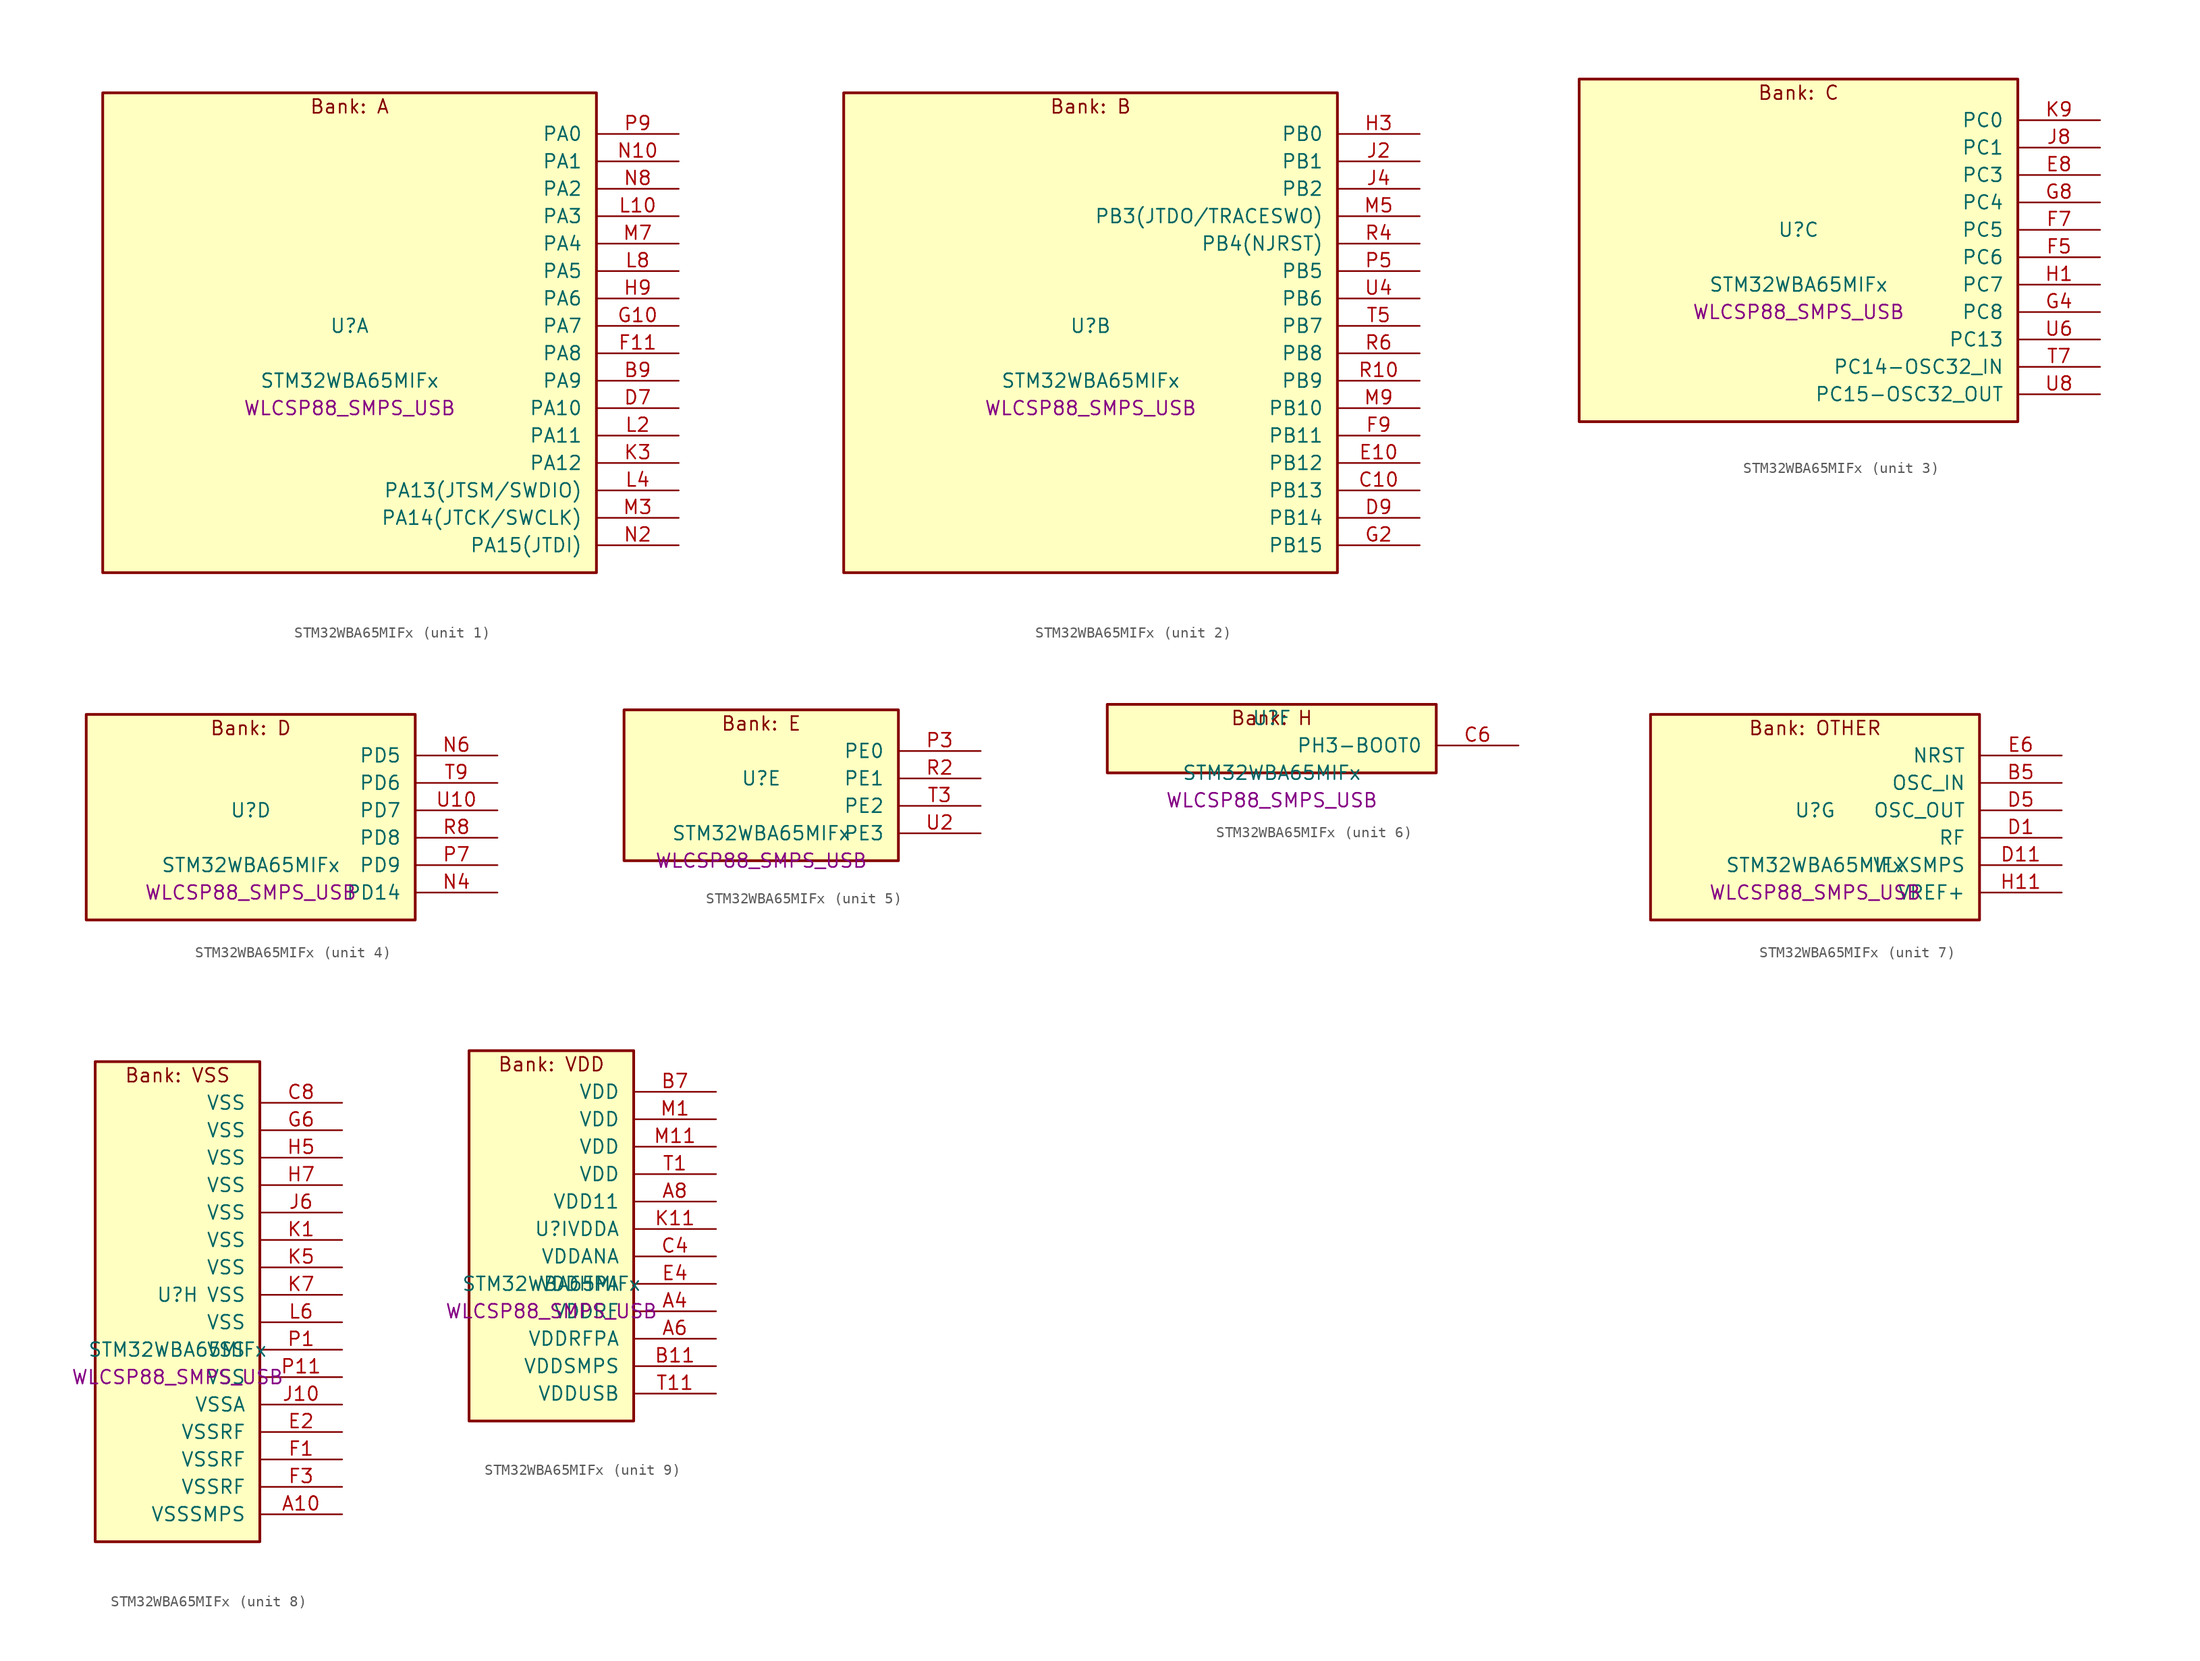
<source format=kicad_sym>
(kicad_symbol_lib
  (version 20241209)
  (generator "stm32_pkl_generator")
  (generator_version "1.0")
  (symbol "STM32WBA65MIFx"
    (pin_names
      (offset 1.27))
    (property "Reference" "U"
      (at 0 2.54 0))
    (property "Value" "STM32WBA65MIFx"
      (at 0 -2.54 0))
    (property "Footprint" "WLCSP88_SMPS_USB"
      (at 0 -5.08 0))
    (symbol "STM32WBA65MIFx_1_1"
      (rectangle (start -22.86 24.13) (end 22.86 -20.32) (stroke (width 0.254) (type solid)) (fill (type background)))
      (text "Bank: A" (at 0 22.86 0))
      (pin bidirectional line (at 30.48 20.32 180) (length 7.62) (name "PA0") (number "P9") (alternate "PA0/ADC4_IN9" bidirectional line) (alternate "PA0/COMP2_INP" bidirectional line) (alternate "PA0/LPTIM1_IN1" bidirectional line) (alternate "PA0/LPUART1_CTS" bidirectional line) (alternate "PA0/PWR_WKUP1" bidirectional line) (alternate "PA0/SPI3_SCK" bidirectional line) (alternate "PA0/TIM1_CH2N" bidirectional line) (alternate "PA0/TIM3_CH3" bidirectional line) (alternate "PA0/TIM3_ETR" bidirectional line) (alternate "PA0/TSC_G2_IO2" bidirectional line))
      (pin bidirectional line (at 30.48 17.78 180) (length 7.62) (name "PA1") (number "N10") (alternate "PA1/ADC4_IN8" bidirectional line) (alternate "PA1/COMP1_INM" bidirectional line) (alternate "PA1/LPTIM2_CH2" bidirectional line) (alternate "PA1/LPUART1_RX" bidirectional line) (alternate "PA1/PWR_WKUP3" bidirectional line) (alternate "PA1/SAI1_CK1" bidirectional line) (alternate "PA1/SPI1_RDY" bidirectional line) (alternate "PA1/SPI3_MISO" bidirectional line) (alternate "PA1/TIM17_CH1" bidirectional line) (alternate "PA1/TIM1_CH1N" bidirectional line) (alternate "PA1/TIM3_CH2" bidirectional line) (alternate "PA1/TSC_G2_IO1" bidirectional line) (alternate "PA1/USART1_CK" bidirectional line))
      (pin bidirectional line (at 30.48 15.24 180) (length 7.62) (name "PA2") (number "N8") (alternate "PA2/ADC4_IN7" bidirectional line) (alternate "PA2/COMP1_INP" bidirectional line) (alternate "PA2/LPUART1_TX" bidirectional line) (alternate "PA2/PWR_WKUP4" bidirectional line) (alternate "PA2/RCC_LSCO" bidirectional line) (alternate "PA2/SAI1_D1" bidirectional line) (alternate "PA2/TIM16_CH1" bidirectional line) (alternate "PA2/TIM1_BKIN" bidirectional line) (alternate "PA2/TIM3_CH1" bidirectional line) (alternate "PA2/TSC_G4_IO4" bidirectional line) (alternate "PA2/USART1_DE" bidirectional line) (alternate "PA2/USART1_RTS" bidirectional line))
      (pin bidirectional line (at 30.48 12.7 180) (length 7.62) (name "PA3") (number "L10") (alternate "PA3/ADC4_IN6" bidirectional line) (alternate "PA3/PWR_WKUP5" bidirectional line) (alternate "PA3/TIM16_CH1N" bidirectional line) (alternate "PA3/TSC_G4_IO2" bidirectional line) (alternate "PA3/USART1_DE" bidirectional line) (alternate "PA3/USART1_RTS" bidirectional line))
      (pin bidirectional line (at 30.48 10.16 180) (length 7.62) (name "PA4") (number "M7") (alternate "PA4/ADC4_IN5" bidirectional line) (alternate "PA4/AUDIOCLK" bidirectional line) (alternate "PA4/PWR_WKUP2" bidirectional line) (alternate "PA4/TAMP_IN6" bidirectional line) (alternate "PA4/TAMP_OUT3" bidirectional line) (alternate "PA4/TIM16_CH1" bidirectional line) (alternate "PA4/TSC_G4_IO1" bidirectional line) (alternate "PA4/USART1_CTS" bidirectional line))
      (pin bidirectional line (at 30.48 7.62 180) (length 7.62) (name "PA5") (number "L8") (alternate "PA5/ADC4_IN4" bidirectional line) (alternate "PA5/AUDIOCLK" bidirectional line) (alternate "PA5/LPTIM2_ETR" bidirectional line) (alternate "PA5/PWR_CSLEEP" bidirectional line) (alternate "PA5/PWR_WKUP6" bidirectional line) (alternate "PA5/SAI1_D2" bidirectional line) (alternate "PA5/SPI3_NSS" bidirectional line) (alternate "PA5/TIM2_CH1" bidirectional line) (alternate "PA5/TIM2_ETR" bidirectional line) (alternate "PA5/TSC_G1_IO4" bidirectional line) (alternate "PA5/USART1_CK" bidirectional line) (alternate "PA5/USART3_RX" bidirectional line))
      (pin bidirectional line (at 30.48 5.08 180) (length 7.62) (name "PA6") (number "H9") (alternate "PA6/ADC4_IN3" bidirectional line) (alternate "PA6/I2C3_SCL" bidirectional line) (alternate "PA6/PWR_CSTOP" bidirectional line) (alternate "PA6/PWR_WKUP7" bidirectional line) (alternate "PA6/SAI1_CK2" bidirectional line) (alternate "PA6/SAI1_MCLK_A" bidirectional line) (alternate "PA6/SPI3_RDY" bidirectional line) (alternate "PA6/TIM2_CH4" bidirectional line) (alternate "PA6/TSC_G1_IO3" bidirectional line) (alternate "PA6/USART1_DE" bidirectional line) (alternate "PA6/USART1_RTS" bidirectional line) (alternate "PA6/USART3_CTS" bidirectional line))
      (pin bidirectional line (at 30.48 2.54 180) (length 7.62) (name "PA7") (number "G10") (alternate "PA7/ADC4_IN2" bidirectional line) (alternate "PA7/COMP1_OUT" bidirectional line) (alternate "PA7/I2C3_SDA" bidirectional line) (alternate "PA7/PWR_WKUP8" bidirectional line) (alternate "PA7/SAI1_SCK_A" bidirectional line) (alternate "PA7/SPI3_SCK" bidirectional line) (alternate "PA7/TAMP_IN1" bidirectional line) (alternate "PA7/TAMP_OUT2" bidirectional line) (alternate "PA7/TIM2_CH3" bidirectional line) (alternate "PA7/TSC_G1_IO2" bidirectional line) (alternate "PA7/USART1_CTS" bidirectional line) (alternate "PA7/USART3_TX" bidirectional line))
      (pin bidirectional line (at 30.48 0 180) (length 7.62) (name "PA8") (number "F11") (alternate "PA8/ADC4_IN1" bidirectional line) (alternate "PA8/LPTIM1_CH2" bidirectional line) (alternate "PA8/RCC_MCO" bidirectional line) (alternate "PA8/SAI1_FS_A" bidirectional line) (alternate "PA8/SPI3_RDY" bidirectional line) (alternate "PA8/TIM2_CH2" bidirectional line) (alternate "PA8/TSC_G1_IO1" bidirectional line) (alternate "PA8/USART1_RX" bidirectional line) (alternate "PA8/USB_OTG_HS_SOF" bidirectional line))
      (pin bidirectional line (at 30.48 -2.54 180) (length 7.62) (name "PA9") (number "B9") (alternate "PA9/LPUART1_DE" bidirectional line) (alternate "PA9/LPUART1_RTS" bidirectional line) (alternate "PA9/SAI1_CK1" bidirectional line) (alternate "PA9/SPI2_MISO" bidirectional line) (alternate "PA9/SPI2_SCK" bidirectional line) (alternate "PA9/TIM3_CH2" bidirectional line))
      (pin bidirectional line (at 30.48 -5.08 180) (length 7.62) (name "PA10") (number "D7") (alternate "PA10/LPUART1_RX" bidirectional line) (alternate "PA10/SAI1_D1" bidirectional line) (alternate "PA10/SPI2_NSS" bidirectional line) (alternate "PA10/TIM3_CH1" bidirectional line))
      (pin bidirectional line (at 30.48 -7.62 180) (length 7.62) (name "PA11") (number "L2") (alternate "PA11/LPTIM2_CH1" bidirectional line) (alternate "PA11/RF_ANTSW1" bidirectional line) (alternate "PA11/TIM1_CH1" bidirectional line) (alternate "PA11/USART2_RX" bidirectional line))
      (pin bidirectional line (at 30.48 -10.16 180) (length 7.62) (name "PA12") (number "K3") (alternate "PA12/COMP2_OUT" bidirectional line) (alternate "PA12/PTA_STATUS" bidirectional line) (alternate "PA12/PWR_WKUP6" bidirectional line) (alternate "PA12/RF_ANTSW0" bidirectional line) (alternate "PA12/SPI1_NSS" bidirectional line) (alternate "PA12/TIM1_CH2" bidirectional line) (alternate "PA12/TSC_G3_IO4" bidirectional line) (alternate "PA12/USART2_TX" bidirectional line))
      (pin bidirectional line (at 30.48 -12.7 180) (length 7.62) (name "PA13(JTSM/SWDIO)") (number "L4") (alternate "PA13(JTSM/SWDIO)/DEBUG_JTMS-SWDIO" bidirectional line) (alternate "PA13(JTSM/SWDIO)/IR_OUT" bidirectional line) (alternate "PA13(JTSM/SWDIO)/PTA_PRIORITY" bidirectional line))
      (pin bidirectional line (at 30.48 -15.24 180) (length 7.62) (name "PA14(JTCK/SWCLK)") (number "M3") (alternate "PA14(JTCK/SWCLK)/COMP2_OUT" bidirectional line) (alternate "PA14(JTCK/SWCLK)/DEBUG_JTCK-SWCLK" bidirectional line) (alternate "PA14(JTCK/SWCLK)/I2C4_SMBA" bidirectional line) (alternate "PA14(JTCK/SWCLK)/PTA_STATUS" bidirectional line) (alternate "PA14(JTCK/SWCLK)/TAMP_IN3" bidirectional line) (alternate "PA14(JTCK/SWCLK)/TAMP_OUT6" bidirectional line) (alternate "PA14(JTCK/SWCLK)/USART2_TX" bidirectional line) (alternate "PA14(JTCK/SWCLK)/USB_OTG_HS_SOF" bidirectional line))
      (pin bidirectional line (at 30.48 -17.78 180) (length 7.62) (name "PA15(JTDI)") (number "N2") (alternate "PA15(JTDI)/ADC4_EXTI15" bidirectional line) (alternate "PA15(JTDI)/DEBUG_JTDI" bidirectional line) (alternate "PA15(JTDI)/I2C1_SCL" bidirectional line) (alternate "PA15(JTDI)/LPTIM1_CH2" bidirectional line) (alternate "PA15(JTDI)/PTA_STATUS" bidirectional line) (alternate "PA15(JTDI)/SPI1_MOSI" bidirectional line) (alternate "PA15(JTDI)/TIM17_BKIN" bidirectional line) (alternate "PA15(JTDI)/TIM1_ETR" bidirectional line) (alternate "PA15(JTDI)/TSC_G3_IO3" bidirectional line) (alternate "PA15(JTDI)/USART2_DE" bidirectional line) (alternate "PA15(JTDI)/USART2_RTS" bidirectional line) (alternate "PA15(JTDI)/USART3_DE" bidirectional line) (alternate "PA15(JTDI)/USART3_RTS" bidirectional line)))
    (symbol "STM32WBA65MIFx_2_1"
      (rectangle (start -22.86 24.13) (end 22.86 -20.32) (stroke (width 0.254) (type solid)) (fill (type background)))
      (text "Bank: B" (at 0 22.86 0))
      (pin bidirectional line (at 30.48 20.32 180) (length 7.62) (name "PB0") (number "H3") (alternate "PB0/LPTIM2_IN2" bidirectional line) (alternate "PB0/SPI2_MOSI" bidirectional line) (alternate "PB0/TIM1_CH3N" bidirectional line) (alternate "PB0/USART2_TX" bidirectional line) (alternate "PB0/USART3_CK" bidirectional line))
      (pin bidirectional line (at 30.48 17.78 180) (length 7.62) (name "PB1") (number "J2") (alternate "PB1/I2C1_SDA" bidirectional line) (alternate "PB1/I2C3_SDA" bidirectional line) (alternate "PB1/PWR_WKUP4" bidirectional line) (alternate "PB1/TIM1_CH2N" bidirectional line) (alternate "PB1/USART2_DE" bidirectional line) (alternate "PB1/USART2_RTS" bidirectional line) (alternate "PB1/USART3_DE" bidirectional line) (alternate "PB1/USART3_RTS" bidirectional line))
      (pin bidirectional line (at 30.48 15.24 180) (length 7.62) (name "PB2") (number "J4") (alternate "PB2/I2C1_SCL" bidirectional line) (alternate "PB2/I2C3_SCL" bidirectional line) (alternate "PB2/PWR_WKUP1" bidirectional line) (alternate "PB2/RF_ANTSW2" bidirectional line) (alternate "PB2/RTC_OUT2" bidirectional line) (alternate "PB2/TIM1_CH1N" bidirectional line) (alternate "PB2/USART2_CTS" bidirectional line))
      (pin bidirectional line (at 30.48 12.7 180) (length 7.62) (name "PB3(JTDO/TRACESWO)") (number "M5") (alternate "PB3(JTDO/TRACESWO)/DEBUG_JTDO-SWO" bidirectional line) (alternate "PB3(JTDO/TRACESWO)/I2C1_SDA" bidirectional line) (alternate "PB3(JTDO/TRACESWO)/LPTIM1_IN2" bidirectional line) (alternate "PB3(JTDO/TRACESWO)/PTA_ACTIVE" bidirectional line) (alternate "PB3(JTDO/TRACESWO)/SPI1_MISO" bidirectional line) (alternate "PB3(JTDO/TRACESWO)/TIM17_CH1N" bidirectional line) (alternate "PB3(JTDO/TRACESWO)/TIM1_CH4" bidirectional line) (alternate "PB3(JTDO/TRACESWO)/TSC_G3_IO2" bidirectional line) (alternate "PB3(JTDO/TRACESWO)/USART2_CK" bidirectional line))
      (pin bidirectional line (at 30.48 10.16 180) (length 7.62) (name "PB4(NJRST)") (number "R4") (alternate "PB4(NJRST)/DEBUG_NJTRST" bidirectional line) (alternate "PB4(NJRST)/LPTIM2_IN2" bidirectional line) (alternate "PB4(NJRST)/PTA_ACTIVE" bidirectional line) (alternate "PB4(NJRST)/PTA_PRIORITY" bidirectional line) (alternate "PB4(NJRST)/SAI1_MCLK_B" bidirectional line) (alternate "PB4(NJRST)/SPI1_SCK" bidirectional line) (alternate "PB4(NJRST)/TIM17_CH1" bidirectional line) (alternate "PB4(NJRST)/TIM1_CH3" bidirectional line) (alternate "PB4(NJRST)/TSC_G3_IO1" bidirectional line) (alternate "PB4(NJRST)/USART2_RX" bidirectional line))
      (pin bidirectional line (at 30.48 7.62 180) (length 7.62) (name "PB5") (number "P5") (alternate "PB5/LPUART1_TX" bidirectional line) (alternate "PB5/SAI1_D2" bidirectional line) (alternate "PB5/SAI1_FS_B" bidirectional line) (alternate "PB5/TIM3_CH1" bidirectional line) (alternate "PB5/TSC_G5_IO4" bidirectional line))
      (pin bidirectional line (at 30.48 5.08 180) (length 7.62) (name "PB6") (number "U4") (alternate "PB6/PWR_WKUP3" bidirectional line) (alternate "PB6/SAI1_SCK_B" bidirectional line) (alternate "PB6/TIM2_CH1" bidirectional line) (alternate "PB6/TIM2_ETR" bidirectional line) (alternate "PB6/TIM4_CH1" bidirectional line) (alternate "PB6/TSC_G5_IO3" bidirectional line))
      (pin bidirectional line (at 30.48 2.54 180) (length 7.62) (name "PB7") (number "T5") (alternate "PB7/PWR_WKUP5" bidirectional line) (alternate "PB7/SAI1_SD_B" bidirectional line) (alternate "PB7/TAMP_IN5" bidirectional line) (alternate "PB7/TAMP_OUT4" bidirectional line) (alternate "PB7/TIM1_CH4N" bidirectional line) (alternate "PB7/TIM4_CH2" bidirectional line) (alternate "PB7/TSC_G5_IO2" bidirectional line))
      (pin bidirectional line (at 30.48 0 180) (length 7.62) (name "PB8") (number "R6") (alternate "PB8/COMP1_OUT" bidirectional line) (alternate "PB8/LPTIM1_ETR" bidirectional line) (alternate "PB8/PWR_PVD_IN" bidirectional line) (alternate "PB8/SPI3_MOSI" bidirectional line) (alternate "PB8/TIM16_CH1N" bidirectional line) (alternate "PB8/TIM1_CH1" bidirectional line) (alternate "PB8/TIM3_ETR" bidirectional line) (alternate "PB8/TIM4_CH3" bidirectional line) (alternate "PB8/TSC_G2_IO4" bidirectional line) (alternate "PB8/USART2_RX" bidirectional line))
      (pin bidirectional line (at 30.48 -2.54 180) (length 7.62) (name "PB9") (number "R10") (alternate "PB9/ADC4_IN10" bidirectional line) (alternate "PB9/COMP2_INM" bidirectional line) (alternate "PB9/IR_OUT" bidirectional line) (alternate "PB9/LPTIM2_IN1" bidirectional line) (alternate "PB9/LPUART1_DE" bidirectional line) (alternate "PB9/LPUART1_RTS" bidirectional line) (alternate "PB9/PWR_WKUP8" bidirectional line) (alternate "PB9/SPI2_NSS" bidirectional line) (alternate "PB9/SPI3_MISO" bidirectional line) (alternate "PB9/TIM16_CH1" bidirectional line) (alternate "PB9/TIM1_CH3N" bidirectional line) (alternate "PB9/TIM3_CH4" bidirectional line) (alternate "PB9/TIM4_CH4" bidirectional line) (alternate "PB9/TSC_G2_IO3" bidirectional line))
      (pin bidirectional line (at 30.48 -5.08 180) (length 7.62) (name "PB10") (number "M9") (alternate "PB10/I2C2_SCL" bidirectional line) (alternate "PB10/I2C4_SCL" bidirectional line) (alternate "PB10/SPI2_SCK" bidirectional line) (alternate "PB10/TIM16_BKIN" bidirectional line) (alternate "PB10/TSC_G4_IO3" bidirectional line) (alternate "PB10/USART1_CK" bidirectional line) (alternate "PB10/USART3_TX" bidirectional line))
      (pin bidirectional line (at 30.48 -7.62 180) (length 7.62) (name "PB11") (number "F9") (alternate "PB11/I2C2_SDA" bidirectional line) (alternate "PB11/I2C4_SDA" bidirectional line) (alternate "PB11/LPTIM1_CH1" bidirectional line) (alternate "PB11/LPTIM1_ETR" bidirectional line) (alternate "PB11/LPUART1_TX" bidirectional line) (alternate "PB11/SPI2_RDY" bidirectional line) (alternate "PB11/USART3_RX" bidirectional line))
      (pin bidirectional line (at 30.48 -10.16 180) (length 7.62) (name "PB12") (number "E10") (alternate "PB12/I2C2_SMBA" bidirectional line) (alternate "PB12/SAI1_SD_A" bidirectional line) (alternate "PB12/SPI1_RDY" bidirectional line) (alternate "PB12/SPI2_NSS" bidirectional line) (alternate "PB12/TIM2_CH1" bidirectional line) (alternate "PB12/TIM2_ETR" bidirectional line) (alternate "PB12/TIM3_ETR" bidirectional line) (alternate "PB12/TSC_SYNC" bidirectional line) (alternate "PB12/USART1_TX" bidirectional line) (alternate "PB12/USART3_CK" bidirectional line))
      (pin bidirectional line (at 30.48 -12.7 180) (length 7.62) (name "PB13") (number "C10") (alternate "PB13/I2C2_SCL" bidirectional line) (alternate "PB13/SPI2_SCK" bidirectional line) (alternate "PB13/TIM3_CH4" bidirectional line) (alternate "PB13/TSC_G6_IO2" bidirectional line) (alternate "PB13/USART3_CTS" bidirectional line))
      (pin bidirectional line (at 30.48 -15.24 180) (length 7.62) (name "PB14") (number "D9") (alternate "PB14/I2C2_SDA" bidirectional line) (alternate "PB14/PWR_WKUP7" bidirectional line) (alternate "PB14/RTC_REFIN" bidirectional line) (alternate "PB14/SAI1_SD_A" bidirectional line) (alternate "PB14/SPI2_MISO" bidirectional line) (alternate "PB14/TIM3_CH3" bidirectional line) (alternate "PB14/TSC_G6_IO1" bidirectional line) (alternate "PB14/USART1_TX" bidirectional line) (alternate "PB14/USART3_DE" bidirectional line) (alternate "PB14/USART3_RTS" bidirectional line))
      (pin bidirectional line (at 30.48 -17.78 180) (length 7.62) (name "PB15") (number "G2") (alternate "PB15/ADC4_EXTI15" bidirectional line) (alternate "PB15/I2C1_SMBA" bidirectional line) (alternate "PB15/I2C3_SMBA" bidirectional line) (alternate "PB15/LPUART1_CTS" bidirectional line) (alternate "PB15/PTA_GRANT" bidirectional line) (alternate "PB15/RF_EXTPABYP" bidirectional line) (alternate "PB15/TIM16_BKIN" bidirectional line) (alternate "PB15/TIM1_BKIN2" bidirectional line) (alternate "PB15/USART2_CTS" bidirectional line)))
    (symbol "STM32WBA65MIFx_3_1"
      (rectangle (start -20.32 16.51) (end 20.32 -15.24) (stroke (width 0.254) (type solid)) (fill (type background)))
      (text "Bank: C" (at 0 15.24 0))
      (pin bidirectional line (at 27.94 12.7 180) (length 7.62) (name "PC0") (number "K9") (alternate "PC0/I2C3_SCL" bidirectional line) (alternate "PC0/LPTIM1_IN1" bidirectional line) (alternate "PC0/LPTIM2_IN1" bidirectional line) (alternate "PC0/LPUART1_RX" bidirectional line) (alternate "PC0/SPI2_RDY" bidirectional line))
      (pin bidirectional line (at 27.94 10.16 180) (length 7.62) (name "PC1") (number "J8") (alternate "PC1/I2C3_SDA" bidirectional line) (alternate "PC1/LPTIM1_CH1" bidirectional line) (alternate "PC1/LPUART1_TX" bidirectional line) (alternate "PC1/SAI1_SD_A" bidirectional line) (alternate "PC1/SPI2_MOSI" bidirectional line))
      (pin bidirectional line (at 27.94 7.62 180) (length 7.62) (name "PC3") (number "E8") (alternate "PC3/LPTIM1_ETR" bidirectional line) (alternate "PC3/LPTIM2_ETR" bidirectional line) (alternate "PC3/SAI1_D1" bidirectional line) (alternate "PC3/SAI1_SD_A" bidirectional line) (alternate "PC3/SPI2_MOSI" bidirectional line) (alternate "PC3/SPI3_MOSI" bidirectional line) (alternate "PC3/TIM3_CH1" bidirectional line))
      (pin bidirectional line (at 27.94 5.08 180) (length 7.62) (name "PC4") (number "G8") (alternate "PC4/LPTIM2_CH2" bidirectional line) (alternate "PC4/SAI1_D2" bidirectional line) (alternate "PC4/SAI1_FS_A" bidirectional line) (alternate "PC4/SPI3_MISO" bidirectional line) (alternate "PC4/TIM3_CH2" bidirectional line) (alternate "PC4/USART3_TX" bidirectional line))
      (pin bidirectional line (at 27.94 2.54 180) (length 7.62) (name "PC5") (number "F7") (alternate "PC5/SAI1_D3" bidirectional line) (alternate "PC5/SAI1_SD_B" bidirectional line) (alternate "PC5/TIM1_CH4N" bidirectional line) (alternate "PC5/USART3_RX" bidirectional line))
      (pin bidirectional line (at 27.94 0 180) (length 7.62) (name "PC6") (number "F5") (alternate "PC6/PWR_CSLEEP" bidirectional line) (alternate "PC6/TIM3_CH1" bidirectional line))
      (pin bidirectional line (at 27.94 -2.54 180) (length 7.62) (name "PC7") (number "H1") (alternate "PC7/LPTIM2_CH2" bidirectional line) (alternate "PC7/PWR_CSTOP" bidirectional line) (alternate "PC7/TIM3_CH2" bidirectional line) (alternate "PC7/USART2_DE" bidirectional line) (alternate "PC7/USART2_RTS" bidirectional line))
      (pin bidirectional line (at 27.94 -5.08 180) (length 7.62) (name "PC8") (number "G4") (alternate "PC8/TIM3_CH3" bidirectional line) (alternate "PC8/USART2_RX" bidirectional line))
      (pin bidirectional line (at 27.94 -7.62 180) (length 7.62) (name "PC13") (number "U6") (alternate "PC13/PWR_WKUP2" bidirectional line) (alternate "PC13/RTC_OUT1" bidirectional line) (alternate "PC13/RTC_TS" bidirectional line) (alternate "PC13/TAMP_IN4" bidirectional line) (alternate "PC13/TAMP_OUT5" bidirectional line) (alternate "PC13/TIM1_BKIN2" bidirectional line) (alternate "PC13/TSC_G5_IO1" bidirectional line))
      (pin bidirectional line (at 27.94 -10.16 180) (length 7.62) (name "PC14-OSC32_IN") (number "T7") (alternate "PC14-OSC32_IN/RCC_OSC32_IN" bidirectional line))
      (pin bidirectional line (at 27.94 -12.7 180) (length 7.62) (name "PC15-OSC32_OUT") (number "U8") (alternate "PC15-OSC32_OUT/ADC4_EXTI15" bidirectional line) (alternate "PC15-OSC32_OUT/RCC_OSC32_OUT" bidirectional line)))
    (symbol "STM32WBA65MIFx_4_1"
      (rectangle (start -15.24 11.43) (end 15.24 -7.62) (stroke (width 0.254) (type solid)) (fill (type background)))
      (text "Bank: D" (at 0 10.16 0))
      (pin bidirectional line (at 22.86 7.62 180) (length 7.62) (name "PD5") (number "N6") (alternate "PD5/SAI1_D1" bidirectional line) (alternate "PD5/SAI1_SD_A" bidirectional line) (alternate "PD5/SPI3_MOSI" bidirectional line) (alternate "PD5/USART2_RX" bidirectional line))
      (pin bidirectional line (at 22.86 5.08 180) (length 7.62) (name "PD6") (number "T9") (alternate "PD6/USB_OTG_HS_DP" bidirectional line))
      (pin bidirectional line (at 22.86 2.54 180) (length 7.62) (name "PD7") (number "U10") (alternate "PD7/USB_OTG_HS_DM" bidirectional line))
      (pin bidirectional line (at 22.86 0 180) (length 7.62) (name "PD8") (number "R8") (alternate "PD8/USART2_CK" bidirectional line) (alternate "PD8/USB_OTG_HS_ID" bidirectional line))
      (pin bidirectional line (at 22.86 -2.54 180) (length 7.62) (name "PD9") (number "P7") (alternate "PD9/USART2_TX" bidirectional line) (alternate "PD9/USART3_TX" bidirectional line) (alternate "PD9/USB_OTG_HS_VBUS" bidirectional line))
      (pin bidirectional line (at 22.86 -5.08 180) (length 7.62) (name "PD14") (number "N4") (alternate "PD14/DEBUG_TRACED3" bidirectional line) (alternate "PD14/TIM4_CH3" bidirectional line)))
    (symbol "STM32WBA65MIFx_5_1"
      (rectangle (start -12.7 8.89) (end 12.7 -5.08) (stroke (width 0.254) (type solid)) (fill (type background)))
      (text "Bank: E" (at 0 7.62 0))
      (pin bidirectional line (at 20.32 5.08 180) (length 7.62) (name "PE0") (number "P3") (alternate "PE0/DEBUG_TRACECLK" bidirectional line) (alternate "PE0/TIM16_CH1" bidirectional line) (alternate "PE0/TIM4_ETR" bidirectional line) (alternate "PE0/TSC_G7_IO4" bidirectional line))
      (pin bidirectional line (at 20.32 2.54 180) (length 7.62) (name "PE1") (number "R2") (alternate "PE1/DEBUG_TRACED0" bidirectional line) (alternate "PE1/TIM17_CH1" bidirectional line) (alternate "PE1/TSC_G7_IO3" bidirectional line))
      (pin bidirectional line (at 20.32 0 180) (length 7.62) (name "PE2") (number "T3") (alternate "PE2/DEBUG_TRACED1" bidirectional line) (alternate "PE2/SAI1_CK1" bidirectional line) (alternate "PE2/SAI1_MCLK_A" bidirectional line) (alternate "PE2/TIM3_ETR" bidirectional line) (alternate "PE2/TSC_G7_IO2" bidirectional line))
      (pin bidirectional line (at 20.32 -2.54 180) (length 7.62) (name "PE3") (number "U2") (alternate "PE3/DEBUG_TRACED2" bidirectional line) (alternate "PE3/SAI1_SD_B" bidirectional line) (alternate "PE3/TIM3_CH1" bidirectional line) (alternate "PE3/TSC_G7_IO1" bidirectional line)))
    (symbol "STM32WBA65MIFx_6_1"
      (rectangle (start -15.24 3.81) (end 15.24 -2.54) (stroke (width 0.254) (type solid)) (fill (type background)))
      (text "Bank: H" (at 0 2.54 0))
      (pin bidirectional line (at 22.86 0 180) (length 7.62) (name "PH3-BOOT0") (number "C6") (alternate "PH3-BOOT0/PTA_GRANT" bidirectional line) (alternate "PH3-BOOT0/RF_EXTPABYP" bidirectional line) (alternate "PH3-BOOT0/TAMP_IN2" bidirectional line) (alternate "PH3-BOOT0/TAMP_OUT1" bidirectional line)))
    (symbol "STM32WBA65MIFx_7_1"
      (rectangle (start -15.24 11.43) (end 15.24 -7.62) (stroke (width 0.254) (type solid)) (fill (type background)))
      (text "Bank: OTHER" (at 0 10.16 0))
      (pin input line (at 22.86 7.62 180) (length 7.62) (name "NRST") (number "E6"))
      (pin bidirectional line (at 22.86 5.08 180) (length 7.62) (name "OSC_IN") (number "B5") (alternate "OSC_IN/RCC_OSC_IN" bidirectional line))
      (pin bidirectional line (at 22.86 2.54 180) (length 7.62) (name "OSC_OUT") (number "D5") (alternate "OSC_OUT/RCC_OSC_OUT" bidirectional line))
      (pin bidirectional line (at 22.86 0 180) (length 7.62) (name "RF") (number "D1"))
      (pin power_in line (at 22.86 -2.54 180) (length 7.62) (name "VLXSMPS") (number "D11"))
      (pin bidirectional line (at 22.86 -5.08 180) (length 7.62) (name "VREF+") (number "H11")))
    (symbol "STM32WBA65MIFx_8_1"
      (rectangle (start -7.62 24.13) (end 7.62 -20.32) (stroke (width 0.254) (type solid)) (fill (type background)))
      (text "Bank: VSS" (at 0 22.86 0))
      (pin power_in line (at 15.24 20.32 180) (length 7.62) (name "VSS") (number "C8"))
      (pin power_in line (at 15.24 17.78 180) (length 7.62) (name "VSS") (number "G6"))
      (pin power_in line (at 15.24 15.24 180) (length 7.62) (name "VSS") (number "H5"))
      (pin power_in line (at 15.24 12.7 180) (length 7.62) (name "VSS") (number "H7"))
      (pin power_in line (at 15.24 10.16 180) (length 7.62) (name "VSS") (number "J6"))
      (pin power_in line (at 15.24 7.62 180) (length 7.62) (name "VSS") (number "K1"))
      (pin power_in line (at 15.24 5.08 180) (length 7.62) (name "VSS") (number "K5"))
      (pin power_in line (at 15.24 2.54 180) (length 7.62) (name "VSS") (number "K7"))
      (pin power_in line (at 15.24 0 180) (length 7.62) (name "VSS") (number "L6"))
      (pin power_in line (at 15.24 -2.54 180) (length 7.62) (name "VSS") (number "P1"))
      (pin power_in line (at 15.24 -5.08 180) (length 7.62) (name "VSS") (number "P11"))
      (pin power_in line (at 15.24 -7.62 180) (length 7.62) (name "VSSA") (number "J10"))
      (pin power_in line (at 15.24 -10.16 180) (length 7.62) (name "VSSRF") (number "E2"))
      (pin power_in line (at 15.24 -12.7 180) (length 7.62) (name "VSSRF") (number "F1"))
      (pin power_in line (at 15.24 -15.24 180) (length 7.62) (name "VSSRF") (number "F3"))
      (pin power_in line (at 15.24 -17.78 180) (length 7.62) (name "VSSSMPS") (number "A10")))
    (symbol "STM32WBA65MIFx_9_1"
      (rectangle (start -7.62 19.05) (end 7.62 -15.24) (stroke (width 0.254) (type solid)) (fill (type background)))
      (text "Bank: VDD" (at 0 17.78 0))
      (pin power_in line (at 15.24 15.24 180) (length 7.62) (name "VDD") (number "B7"))
      (pin power_in line (at 15.24 12.7 180) (length 7.62) (name "VDD") (number "M1"))
      (pin power_in line (at 15.24 10.16 180) (length 7.62) (name "VDD") (number "M11"))
      (pin power_in line (at 15.24 7.62 180) (length 7.62) (name "VDD") (number "T1"))
      (pin power_in line (at 15.24 5.08 180) (length 7.62) (name "VDD11") (number "A8"))
      (pin power_in line (at 15.24 2.54 180) (length 7.62) (name "VDDA") (number "K11"))
      (pin power_in line (at 15.24 0 180) (length 7.62) (name "VDDANA") (number "C4"))
      (pin power_in line (at 15.24 -2.54 180) (length 7.62) (name "VDDHPA") (number "E4"))
      (pin power_in line (at 15.24 -5.08 180) (length 7.62) (name "VDDRF") (number "A4"))
      (pin power_in line (at 15.24 -7.62 180) (length 7.62) (name "VDDRFPA") (number "A6"))
      (pin power_in line (at 15.24 -10.16 180) (length 7.62) (name "VDDSMPS") (number "B11"))
      (pin power_in line (at 15.24 -12.7 180) (length 7.62) (name "VDDUSB") (number "T11")))))
</source>
